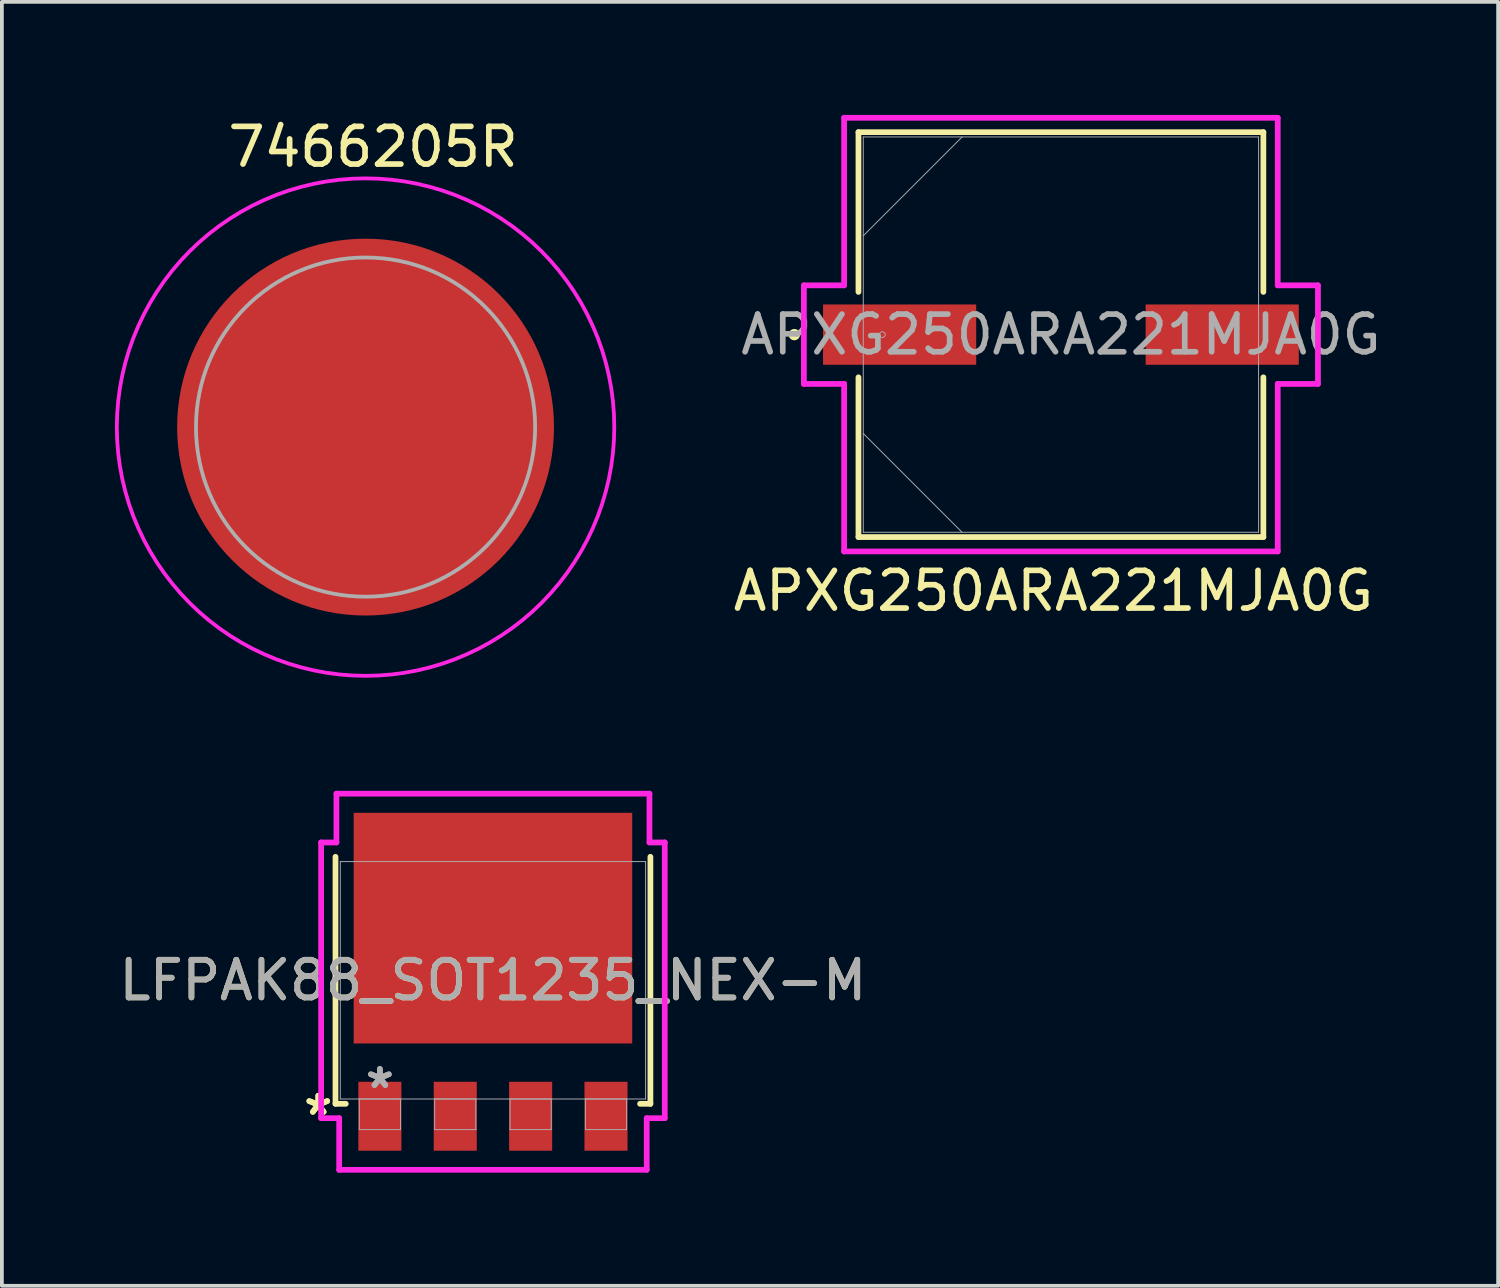
<source format=kicad_pcb>
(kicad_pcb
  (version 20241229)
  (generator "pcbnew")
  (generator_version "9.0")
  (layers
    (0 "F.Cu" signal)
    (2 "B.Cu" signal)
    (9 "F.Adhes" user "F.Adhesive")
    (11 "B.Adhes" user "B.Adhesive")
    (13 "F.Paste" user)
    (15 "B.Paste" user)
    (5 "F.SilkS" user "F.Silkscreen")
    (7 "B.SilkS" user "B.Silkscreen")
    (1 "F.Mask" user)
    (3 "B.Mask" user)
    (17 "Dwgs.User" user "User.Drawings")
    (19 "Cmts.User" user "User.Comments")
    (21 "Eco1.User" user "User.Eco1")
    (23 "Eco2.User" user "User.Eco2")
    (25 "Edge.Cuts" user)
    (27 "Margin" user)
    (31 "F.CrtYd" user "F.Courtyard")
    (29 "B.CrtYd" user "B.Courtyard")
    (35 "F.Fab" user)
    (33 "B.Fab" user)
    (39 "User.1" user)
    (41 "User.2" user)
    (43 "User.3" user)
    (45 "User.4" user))
  (footprint "APXG250ARA221MJA0G"
    (layer "F.Cu")
    (at 25.101 5.829)
    (property "Reference" "APXG250ARA221MJA0G" (at -0.2 6.8 0) (unlocked yes) (layer "F.SilkS") (effects (font (size 1 1) (thickness 0.15))))
    (attr smd)
    (fp_line (start -5.372 -5.372) (end -5.372 -1.133) (stroke (width 0.152) (type solid)) (layer "F.SilkS"))
    (fp_line (start -5.372 1.133) (end -5.372 5.372) (stroke (width 0.152) (type solid)) (layer "F.SilkS"))
    (fp_line (start -5.372 5.372) (end 5.372 5.372) (stroke (width 0.152) (type solid)) (layer "F.SilkS"))
    (fp_line (start 5.372 -5.372) (end -5.372 -5.372) (stroke (width 0.152) (type solid)) (layer "F.SilkS"))
    (fp_line (start 5.372 -1.133) (end 5.372 -5.372) (stroke (width 0.152) (type solid)) (layer "F.SilkS"))
    (fp_line (start 5.372 5.372) (end 5.372 1.133) (stroke (width 0.152) (type solid)) (layer "F.SilkS"))
    (fp_circle (center -7.074 0) (end -6.998 0) (stroke (width 0.152) (type solid)) (fill no) (layer "F.SilkS"))
    (fp_line (start -6.82 -1.308) (end -5.753 -1.308) (stroke (width 0.152) (type solid)) (layer "F.CrtYd"))
    (fp_line (start -6.82 1.308) (end -6.82 -1.308) (stroke (width 0.152) (type solid)) (layer "F.CrtYd"))
    (fp_line (start -5.753 -5.753) (end 5.753 -5.753) (stroke (width 0.152) (type solid)) (layer "F.CrtYd"))
    (fp_line (start -5.753 -1.308) (end -5.753 -5.753) (stroke (width 0.152) (type solid)) (layer "F.CrtYd"))
    (fp_line (start -5.753 1.308) (end -6.82 1.308) (stroke (width 0.152) (type solid)) (layer "F.CrtYd"))
    (fp_line (start -5.753 5.753) (end -5.753 1.308) (stroke (width 0.152) (type solid)) (layer "F.CrtYd"))
    (fp_line (start 5.753 -5.753) (end 5.753 -1.308) (stroke (width 0.152) (type solid)) (layer "F.CrtYd"))
    (fp_line (start 5.753 -1.308) (end 6.82 -1.308) (stroke (width 0.152) (type solid)) (layer "F.CrtYd"))
    (fp_line (start 5.753 1.308) (end 5.753 5.753) (stroke (width 0.152) (type solid)) (layer "F.CrtYd"))
    (fp_line (start 5.753 5.753) (end -5.753 5.753) (stroke (width 0.152) (type solid)) (layer "F.CrtYd"))
    (fp_line (start 6.82 -1.308) (end 6.82 1.308) (stroke (width 0.152) (type solid)) (layer "F.CrtYd"))
    (fp_line (start 6.82 1.308) (end 5.753 1.308) (stroke (width 0.152) (type solid)) (layer "F.CrtYd"))
    (fp_line (start -5.245 -5.245) (end -5.245 5.245) (stroke (width 0.025) (type solid)) (layer "F.Fab"))
    (fp_line (start -5.245 -2.623) (end -2.623 -5.245) (stroke (width 0.025) (type solid)) (layer "F.Fab"))
    (fp_line (start -5.245 2.623) (end -2.623 5.245) (stroke (width 0.025) (type solid)) (layer "F.Fab"))
    (fp_line (start -5.245 5.245) (end 5.245 5.245) (stroke (width 0.025) (type solid)) (layer "F.Fab"))
    (fp_line (start 5.245 -5.245) (end -5.245 -5.245) (stroke (width 0.025) (type solid)) (layer "F.Fab"))
    (fp_line (start 5.245 5.245) (end 5.245 -5.245) (stroke (width 0.025) (type solid)) (layer "F.Fab"))
    (fp_circle (center -4.737 0) (end -4.661 0) (stroke (width 0.025) (type solid)) (fill no) (layer "F.Fab"))
    (fp_text user "${REFERENCE}" (at 0 0 0) (unlocked yes) (layer "F.Fab") (effects (font (size 1 1) (thickness 0.15))))
    (pad "1" smd rect (at -4.28 0) (size 4.064 1.6) (layers "F.Cu" "F.Mask" "F.Paste"))
    (pad "2" smd rect (at 4.28 0) (size 4.064 1.6) (layers "F.Cu" "F.Mask" "F.Paste"))
    (zone (net_name "") (layer "F.Cu") (hatch full 0.508) (connect_pads) (min_thickness 0.254) (filled_areas_thickness no) (keepout (tracks not_allowed) (vias not_allowed) (pads allowed) (copperpour not_allowed) (footprints allowed)) (placement (enabled no)) (fill) (polygon (pts (xy 19.907 0.635) (xy 30.295 0.635) (xy 30.295 4.978) (xy 19.907 4.978))))
    (zone (net_name "") (layer "F.Cu") (hatch full 0.508) (connect_pads) (min_thickness 0.254) (filled_areas_thickness no) (keepout (tracks not_allowed) (vias not_allowed) (pads allowed) (copperpour not_allowed) (footprints allowed)) (placement (enabled no)) (fill) (polygon (pts (xy 19.907 6.68) (xy 30.295 6.68) (xy 30.295 11.024) (xy 19.907 11.024))))
    (zone (net_name "") (layer "F.Cu") (hatch full 0.508) (connect_pads) (min_thickness 0.254) (filled_areas_thickness no) (keepout (tracks not_allowed) (vias not_allowed) (pads allowed) (copperpour not_allowed) (footprints allowed)) (placement (enabled no)) (fill) (polygon (pts (xy 22.904 4.978) (xy 27.298 4.978) (xy 27.298 6.68) (xy 22.904 6.68)))))
  (footprint "LFPAK88_SOT1235_NEX-M"
    (layer "F.Cu")
    (at 10.03 22.962)
    (property "Reference" "LFPAK88_SOT1235_NEX-M" (at 0 0 0) (unlocked yes) (layer "F.SilkS") (effects (font (size 1 1) (thickness 0.15))))
    (attr smd)
    (fp_line (start -4.178 -3.277) (end -4.178 3.277) (stroke (width 0.152) (type solid)) (layer "F.SilkS"))
    (fp_line (start -4.178 3.277) (end -3.904 3.277) (stroke (width 0.152) (type solid)) (layer "F.SilkS"))
    (fp_line (start 3.904 3.277) (end 4.178 3.277) (stroke (width 0.152) (type solid)) (layer "F.SilkS"))
    (fp_line (start 4.178 3.277) (end 4.178 -3.277) (stroke (width 0.152) (type solid)) (layer "F.SilkS"))
    (fp_line (start -4.559 -3.658) (end -4.153 -3.658) (stroke (width 0.152) (type solid)) (layer "F.CrtYd"))
    (fp_line (start -4.559 3.658) (end -4.559 -3.658) (stroke (width 0.152) (type solid)) (layer "F.CrtYd"))
    (fp_line (start -4.153 -4.953) (end 4.153 -4.953) (stroke (width 0.152) (type solid)) (layer "F.CrtYd"))
    (fp_line (start -4.153 -3.658) (end -4.153 -4.953) (stroke (width 0.152) (type solid)) (layer "F.CrtYd"))
    (fp_line (start -4.08 3.658) (end -4.559 3.658) (stroke (width 0.152) (type solid)) (layer "F.CrtYd"))
    (fp_line (start -4.08 5.029) (end -4.08 3.658) (stroke (width 0.152) (type solid)) (layer "F.CrtYd"))
    (fp_line (start 4.08 3.658) (end 4.08 5.029) (stroke (width 0.152) (type solid)) (layer "F.CrtYd"))
    (fp_line (start 4.08 5.029) (end -4.08 5.029) (stroke (width 0.152) (type solid)) (layer "F.CrtYd"))
    (fp_line (start 4.153 -4.953) (end 4.153 -3.658) (stroke (width 0.152) (type solid)) (layer "F.CrtYd"))
    (fp_line (start 4.153 -3.658) (end 4.559 -3.658) (stroke (width 0.152) (type solid)) (layer "F.CrtYd"))
    (fp_line (start 4.559 -3.658) (end 4.559 3.658) (stroke (width 0.152) (type solid)) (layer "F.CrtYd"))
    (fp_line (start 4.559 3.658) (end 4.08 3.658) (stroke (width 0.152) (type solid)) (layer "F.CrtYd"))
    (fp_line (start -4.051 -3.15) (end -4.051 3.15) (stroke (width 0.025) (type solid)) (layer "F.Fab"))
    (fp_line (start -4.051 3.15) (end 4.051 3.15) (stroke (width 0.025) (type solid)) (layer "F.Fab"))
    (fp_line (start -3.546 3.15) (end -3.546 3.962) (stroke (width 0.025) (type solid)) (layer "F.Fab"))
    (fp_line (start -3.546 3.962) (end -2.454 3.962) (stroke (width 0.025) (type solid)) (layer "F.Fab"))
    (fp_line (start -2.454 3.15) (end -3.546 3.15) (stroke (width 0.025) (type solid)) (layer "F.Fab"))
    (fp_line (start -2.454 3.962) (end -2.454 3.15) (stroke (width 0.025) (type solid)) (layer "F.Fab"))
    (fp_line (start -1.546 3.15) (end -1.546 3.962) (stroke (width 0.025) (type solid)) (layer "F.Fab"))
    (fp_line (start -1.546 3.962) (end -0.454 3.962) (stroke (width 0.025) (type solid)) (layer "F.Fab"))
    (fp_line (start -0.454 3.15) (end -1.546 3.15) (stroke (width 0.025) (type solid)) (layer "F.Fab"))
    (fp_line (start -0.454 3.962) (end -0.454 3.15) (stroke (width 0.025) (type solid)) (layer "F.Fab"))
    (fp_line (start 0.454 3.15) (end 0.454 3.962) (stroke (width 0.025) (type solid)) (layer "F.Fab"))
    (fp_line (start 0.454 3.962) (end 1.546 3.962) (stroke (width 0.025) (type solid)) (layer "F.Fab"))
    (fp_line (start 1.546 3.15) (end 0.454 3.15) (stroke (width 0.025) (type solid)) (layer "F.Fab"))
    (fp_line (start 1.546 3.962) (end 1.546 3.15) (stroke (width 0.025) (type solid)) (layer "F.Fab"))
    (fp_line (start 2.454 3.15) (end 2.454 3.962) (stroke (width 0.025) (type solid)) (layer "F.Fab"))
    (fp_line (start 2.454 3.962) (end 3.546 3.962) (stroke (width 0.025) (type solid)) (layer "F.Fab"))
    (fp_line (start 3.546 3.15) (end 2.454 3.15) (stroke (width 0.025) (type solid)) (layer "F.Fab"))
    (fp_line (start 3.546 3.962) (end 3.546 3.15) (stroke (width 0.025) (type solid)) (layer "F.Fab"))
    (fp_line (start 4.051 -3.15) (end -4.051 -3.15) (stroke (width 0.025) (type solid)) (layer "F.Fab"))
    (fp_line (start 4.051 3.15) (end 4.051 -3.15) (stroke (width 0.025) (type solid)) (layer "F.Fab"))
    (fp_text user "*" (at -4.635 3.607 0) (layer "F.SilkS") (effects (font (size 1 1) (thickness 0.15))))
    (fp_text user "*" (at -4.635 3.607 0) (unlocked yes) (layer "F.SilkS") (effects (font (size 1 1) (thickness 0.15))))
    (fp_text user "${REFERENCE}" (at 0 0 0) (unlocked yes) (layer "F.Fab") (effects (font (size 1 1) (thickness 0.15))))
    (fp_text user "*" (at -3 2.896 0) (unlocked yes) (layer "F.Fab") (effects (font (size 1 1) (thickness 0.15))))
    (fp_text user "*" (at -3 2.896 0) (layer "F.Fab") (effects (font (size 1 1) (thickness 0.15))))
    (pad "1" smd rect (at -3 3.607) (size 1.143 1.829) (layers "F.Cu" "F.Mask" "F.Paste"))
    (pad "2" smd rect (at -1 3.607) (size 1.143 1.829) (layers "F.Cu" "F.Mask" "F.Paste"))
    (pad "3" smd rect (at 1 3.607) (size 1.143 1.829) (layers "F.Cu" "F.Mask" "F.Paste"))
    (pad "4" smd rect (at 3 3.607) (size 1.143 1.829) (layers "F.Cu" "F.Mask" "F.Paste"))
    (pad "5" smd rect (at 0 -1.384) (size 7.391 6.121) (layers "F.Cu" "F.Mask" "F.Paste")))
  (footprint "7466205R"
    (layer "F.Cu")
    (at 6.65 8.283)
    (property "Reference" "7466205R" (at 0.2 -7.435 0) (layer "F.SilkS") (effects (font (size 1 1) (thickness 0.15))))
    (attr smd)
    (fp_poly (pts (xy -4.87 0.5) (xy -0.5 0.5) (xy -0.5 4.87) (xy -0.531 4.871) (xy -0.57 4.867) (xy -0.617 4.862) (xy -0.69 4.851) (xy -0.729 4.846) (xy -0.761 4.841) (xy -0.793 4.836) (xy -0.836 4.829) (xy -0.864 4.823) (xy -0.888 4.819) (xy -0.918 4.814) (xy -0.954 4.807) (xy -0.98 4.802) (xy -1.007 4.797) (xy -1.033 4.79) (xy -1.057 4.786) (xy -1.092 4.779) (xy -1.128 4.77) (xy -1.162 4.761) (xy -1.201 4.752) (xy -1.257 4.737) (xy -1.298 4.726) (xy -1.343 4.714) (xy -1.371 4.706) (xy -1.409 4.695) (xy -1.444 4.684) (xy -1.542 4.652) (xy -1.607 4.63) (xy -1.675 4.607) (xy -1.739 4.583) (xy -1.828 4.548) (xy -1.88 4.526) (xy -1.934 4.504) (xy -2.008 4.47) (xy -2.099 4.429) (xy -2.152 4.402) (xy -2.212 4.373) (xy -2.279 4.339) (xy -2.341 4.306) (xy -2.41 4.268) (xy -2.464 4.235) (xy -2.506 4.212) (xy -2.559 4.179) (xy -2.618 4.144) (xy -2.676 4.105) (xy -2.783 4.032) (xy -2.889 3.958) (xy -2.977 3.892) (xy -3.06 3.827) (xy -3.152 3.751) (xy -3.237 3.678) (xy -3.29 3.63) (xy -3.34 3.586) (xy -3.414 3.516) (xy -3.471 3.459) (xy -3.611 3.313) (xy -3.729 3.178) (xy -3.843 3.039) (xy -3.934 2.923) (xy -4.042 2.772) (xy -4.125 2.646) (xy -4.229 2.475) (xy -4.306 2.338) (xy -4.424 2.111) (xy -4.549 1.829) (xy -4.677 1.467) (xy -4.771 1.121) (xy -4.85 0.708) (xy -4.874 0.5)) (stroke (width 0.01) (type solid)) (fill yes) (layer "F.Paste"))
    (fp_poly (pts (xy -0.5 -4.87) (xy -0.5 -0.5) (xy -4.87 -0.5) (xy -4.871 -0.531) (xy -4.867 -0.57) (xy -4.862 -0.617) (xy -4.851 -0.69) (xy -4.846 -0.729) (xy -4.841 -0.761) (xy -4.836 -0.793) (xy -4.829 -0.836) (xy -4.823 -0.864) (xy -4.819 -0.888) (xy -4.814 -0.918) (xy -4.807 -0.954) (xy -4.802 -0.98) (xy -4.797 -1.007) (xy -4.79 -1.033) (xy -4.786 -1.057) (xy -4.779 -1.092) (xy -4.77 -1.128) (xy -4.761 -1.162) (xy -4.752 -1.201) (xy -4.737 -1.257) (xy -4.726 -1.298) (xy -4.714 -1.343) (xy -4.706 -1.371) (xy -4.695 -1.409) (xy -4.684 -1.444) (xy -4.652 -1.542) (xy -4.63 -1.607) (xy -4.607 -1.675) (xy -4.583 -1.739) (xy -4.548 -1.828) (xy -4.526 -1.88) (xy -4.504 -1.934) (xy -4.47 -2.008) (xy -4.429 -2.099) (xy -4.402 -2.152) (xy -4.373 -2.212) (xy -4.339 -2.279) (xy -4.306 -2.341) (xy -4.268 -2.41) (xy -4.235 -2.464) (xy -4.212 -2.506) (xy -4.179 -2.559) (xy -4.144 -2.618) (xy -4.105 -2.676) (xy -4.032 -2.783) (xy -3.958 -2.889) (xy -3.892 -2.977) (xy -3.827 -3.06) (xy -3.751 -3.152) (xy -3.678 -3.237) (xy -3.63 -3.29) (xy -3.586 -3.34) (xy -3.516 -3.414) (xy -3.459 -3.471) (xy -3.313 -3.611) (xy -3.178 -3.729) (xy -3.039 -3.843) (xy -2.923 -3.934) (xy -2.772 -4.042) (xy -2.646 -4.125) (xy -2.475 -4.229) (xy -2.338 -4.306) (xy -2.111 -4.424) (xy -1.829 -4.549) (xy -1.467 -4.677) (xy -1.121 -4.771) (xy -0.708 -4.85) (xy -0.5 -4.874)) (stroke (width 0.01) (type solid)) (fill yes) (layer "F.Paste"))
    (fp_poly (pts (xy 0.5 4.87) (xy 0.5 0.5) (xy 4.87 0.5) (xy 4.871 0.531) (xy 4.867 0.57) (xy 4.862 0.617) (xy 4.851 0.69) (xy 4.846 0.729) (xy 4.841 0.761) (xy 4.836 0.793) (xy 4.829 0.836) (xy 4.823 0.864) (xy 4.819 0.888) (xy 4.814 0.918) (xy 4.807 0.954) (xy 4.802 0.98) (xy 4.797 1.007) (xy 4.79 1.033) (xy 4.786 1.057) (xy 4.779 1.092) (xy 4.77 1.128) (xy 4.761 1.162) (xy 4.752 1.201) (xy 4.737 1.257) (xy 4.726 1.298) (xy 4.714 1.343) (xy 4.706 1.371) (xy 4.695 1.409) (xy 4.684 1.444) (xy 4.652 1.542) (xy 4.63 1.607) (xy 4.607 1.675) (xy 4.583 1.739) (xy 4.548 1.828) (xy 4.526 1.88) (xy 4.504 1.934) (xy 4.47 2.008) (xy 4.429 2.099) (xy 4.402 2.152) (xy 4.373 2.212) (xy 4.339 2.279) (xy 4.306 2.341) (xy 4.268 2.41) (xy 4.235 2.464) (xy 4.212 2.506) (xy 4.179 2.559) (xy 4.144 2.618) (xy 4.105 2.676) (xy 4.032 2.783) (xy 3.958 2.889) (xy 3.892 2.977) (xy 3.827 3.06) (xy 3.751 3.152) (xy 3.678 3.237) (xy 3.63 3.29) (xy 3.586 3.34) (xy 3.516 3.414) (xy 3.459 3.471) (xy 3.313 3.611) (xy 3.178 3.729) (xy 3.039 3.843) (xy 2.923 3.934) (xy 2.772 4.042) (xy 2.646 4.125) (xy 2.475 4.229) (xy 2.338 4.306) (xy 2.111 4.424) (xy 1.829 4.549) (xy 1.467 4.677) (xy 1.121 4.771) (xy 0.708 4.85) (xy 0.5 4.874)) (stroke (width 0.01) (type solid)) (fill yes) (layer "F.Paste"))
    (fp_poly (pts (xy 4.87 -0.5) (xy 0.5 -0.5) (xy 0.5 -4.87) (xy 0.531 -4.871) (xy 0.57 -4.867) (xy 0.617 -4.862) (xy 0.69 -4.851) (xy 0.729 -4.846) (xy 0.761 -4.841) (xy 0.793 -4.836) (xy 0.836 -4.829) (xy 0.864 -4.823) (xy 0.888 -4.819) (xy 0.918 -4.814) (xy 0.954 -4.807) (xy 0.98 -4.802) (xy 1.007 -4.797) (xy 1.033 -4.79) (xy 1.057 -4.786) (xy 1.092 -4.779) (xy 1.128 -4.77) (xy 1.162 -4.761) (xy 1.201 -4.752) (xy 1.257 -4.737) (xy 1.298 -4.726) (xy 1.343 -4.714) (xy 1.371 -4.706) (xy 1.409 -4.695) (xy 1.444 -4.684) (xy 1.542 -4.652) (xy 1.607 -4.63) (xy 1.675 -4.607) (xy 1.739 -4.583) (xy 1.828 -4.548) (xy 1.88 -4.526) (xy 1.934 -4.504) (xy 2.008 -4.47) (xy 2.099 -4.429) (xy 2.152 -4.402) (xy 2.212 -4.373) (xy 2.279 -4.339) (xy 2.341 -4.306) (xy 2.41 -4.268) (xy 2.464 -4.235) (xy 2.506 -4.212) (xy 2.559 -4.179) (xy 2.618 -4.144) (xy 2.676 -4.105) (xy 2.783 -4.032) (xy 2.889 -3.958) (xy 2.977 -3.892) (xy 3.06 -3.827) (xy 3.152 -3.751) (xy 3.237 -3.678) (xy 3.29 -3.63) (xy 3.34 -3.586) (xy 3.414 -3.516) (xy 3.471 -3.459) (xy 3.611 -3.313) (xy 3.729 -3.178) (xy 3.843 -3.039) (xy 3.934 -2.923) (xy 4.042 -2.772) (xy 4.125 -2.646) (xy 4.229 -2.475) (xy 4.306 -2.338) (xy 4.424 -2.111) (xy 4.549 -1.829) (xy 4.677 -1.467) (xy 4.771 -1.121) (xy 4.85 -0.708) (xy 4.874 -0.5)) (stroke (width 0.01) (type solid)) (fill yes) (layer "F.Paste"))
    (fp_poly (pts (xy 0 6.6) (xy -0.345 6.591) (xy -0.69 6.564) (xy -1.032 6.519) (xy -1.372 6.456) (xy -1.708 6.375) (xy -2.04 6.277) (xy -2.365 6.162) (xy -2.684 6.029) (xy -2.996 5.881) (xy -3.3 5.716) (xy -3.595 5.535) (xy -3.879 5.34) (xy -4.154 5.129) (xy -4.416 4.905) (xy -4.667 4.667) (xy -4.905 4.416) (xy -5.129 4.154) (xy -5.34 3.879) (xy -5.535 3.595) (xy -5.716 3.3) (xy -5.881 2.996) (xy -6.029 2.684) (xy -6.162 2.365) (xy -6.277 2.04) (xy -6.375 1.708) (xy -6.456 1.372) (xy -6.519 1.032) (xy -6.564 0.69) (xy -6.591 0.345) (xy -6.6 0) (xy -6.591 -0.345) (xy -6.564 -0.69) (xy -6.519 -1.032) (xy -6.456 -1.372) (xy -6.375 -1.708) (xy -6.277 -2.04) (xy -6.162 -2.365) (xy -6.029 -2.684) (xy -5.881 -2.996) (xy -5.716 -3.3) (xy -5.535 -3.595) (xy -5.34 -3.879) (xy -5.129 -4.154) (xy -4.905 -4.416) (xy -4.667 -4.667) (xy -4.416 -4.905) (xy -4.154 -5.129) (xy -3.879 -5.34) (xy -3.595 -5.535) (xy -3.3 -5.716) (xy -2.996 -5.881) (xy -2.684 -6.029) (xy -2.365 -6.162) (xy -2.04 -6.277) (xy -1.708 -6.375) (xy -1.372 -6.456) (xy -1.032 -6.519) (xy -0.69 -6.564) (xy -0.345 -6.591) (xy 0 -6.6) (xy 0.345 -6.591) (xy 0.69 -6.564) (xy 1.032 -6.519) (xy 1.372 -6.456) (xy 1.708 -6.375) (xy 2.04 -6.277) (xy 2.365 -6.162) (xy 2.684 -6.029) (xy 2.996 -5.881) (xy 3.3 -5.716) (xy 3.595 -5.535) (xy 3.879 -5.34) (xy 4.154 -5.129) (xy 4.416 -4.905) (xy 4.667 -4.667) (xy 4.905 -4.416) (xy 5.129 -4.154) (xy 5.34 -3.879) (xy 5.535 -3.595) (xy 5.716 -3.3) (xy 5.881 -2.996) (xy 6.029 -2.684) (xy 6.162 -2.365) (xy 6.277 -2.04) (xy 6.375 -1.708) (xy 6.456 -1.372) (xy 6.519 -1.032) (xy 6.564 -0.69) (xy 6.591 -0.345) (xy 6.6 0) (xy 6.591 0.345) (xy 6.564 0.69) (xy 6.519 1.032) (xy 6.456 1.372) (xy 6.375 1.708) (xy 6.277 2.04) (xy 6.162 2.365) (xy 6.029 2.684) (xy 5.881 2.996) (xy 5.716 3.3) (xy 5.535 3.595) (xy 5.34 3.879) (xy 5.129 4.154) (xy 4.905 4.416) (xy 4.667 4.667) (xy 4.416 4.905) (xy 4.154 5.129) (xy 3.879 5.34) (xy 3.595 5.535) (xy 3.3 5.716) (xy 2.996 5.881) (xy 2.684 6.029) (xy 2.365 6.162) (xy 2.04 6.277) (xy 1.708 6.375) (xy 1.372 6.456) (xy 1.032 6.519) (xy 0.69 6.564) (xy 0.345 6.591) (xy 0 6.6)) (stroke (width 0.1) (type solid)) (fill no) (layer "F.CrtYd"))
    (fp_circle (center 0 0) (end 4.5 0) (stroke (width 0.1) (type solid)) (fill no) (layer "F.Fab"))
    (pad "1" smd circle (at 0 0) (size 10 10) (layers "F.Cu" "F.Mask")))
  (gr_rect
    (start -3 -3)
    (end 36.702 31.068)
    (stroke (width 0.1) (type default))
    (fill no)
    (layer "Edge.Cuts")))
</source>
